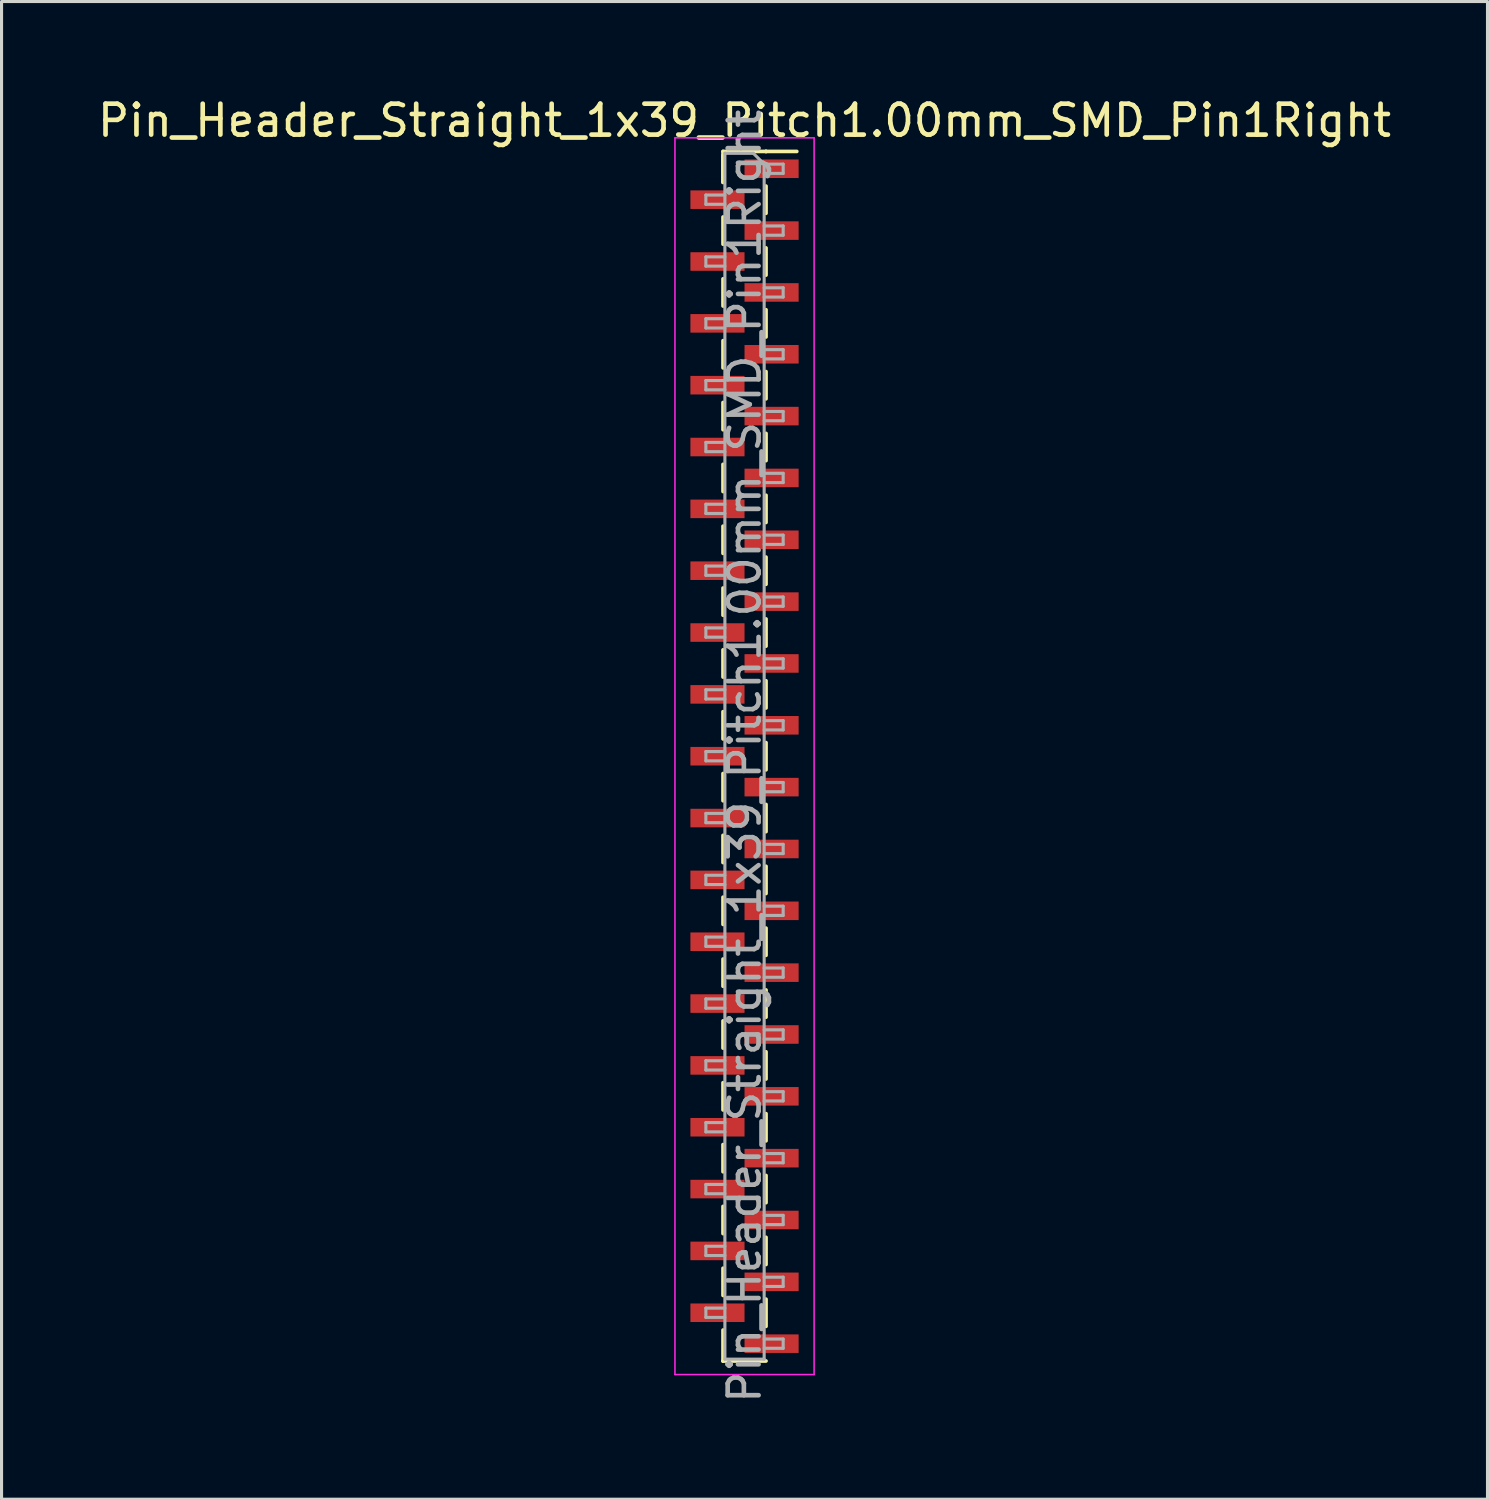
<source format=kicad_pcb>
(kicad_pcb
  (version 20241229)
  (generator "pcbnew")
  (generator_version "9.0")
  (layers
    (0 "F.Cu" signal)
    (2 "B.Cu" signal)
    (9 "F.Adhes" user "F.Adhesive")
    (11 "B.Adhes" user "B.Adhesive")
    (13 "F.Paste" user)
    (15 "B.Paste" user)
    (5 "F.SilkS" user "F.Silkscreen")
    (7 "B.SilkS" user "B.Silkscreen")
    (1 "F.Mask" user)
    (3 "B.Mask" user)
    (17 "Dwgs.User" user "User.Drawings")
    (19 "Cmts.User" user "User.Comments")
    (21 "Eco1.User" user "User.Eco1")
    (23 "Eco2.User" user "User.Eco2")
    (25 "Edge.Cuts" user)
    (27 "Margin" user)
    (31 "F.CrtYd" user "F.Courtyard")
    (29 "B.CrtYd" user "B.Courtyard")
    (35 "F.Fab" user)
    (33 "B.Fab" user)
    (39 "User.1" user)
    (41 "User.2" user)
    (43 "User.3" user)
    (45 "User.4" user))
  (footprint "Pin_Header_Straight_1x39_Pitch1.00mm_SMD_Pin1Right"
    (layer "F.Cu")
    (at 21.03 21.408)
    (property "Reference" "Pin_Header_Straight_1x39_Pitch1.00mm_SMD_Pin1Right" (at 0 -20.56 0) (layer "F.SilkS") (effects (font (size 1 1) (thickness 0.15))))
    (attr smd)
    (fp_line (start -0.695 -19.56) (end -0.695 -18.56) (stroke (width 0.12) (type solid)) (layer "F.SilkS"))
    (fp_line (start -0.695 -19.56) (end 0.695 -19.56) (stroke (width 0.12) (type solid)) (layer "F.SilkS"))
    (fp_line (start -0.695 -19.44) (end -0.695 -18.56) (stroke (width 0.12) (type solid)) (layer "F.SilkS"))
    (fp_line (start -0.695 -17.44) (end -0.695 -16.56) (stroke (width 0.12) (type solid)) (layer "F.SilkS"))
    (fp_line (start -0.695 -15.44) (end -0.695 -14.56) (stroke (width 0.12) (type solid)) (layer "F.SilkS"))
    (fp_line (start -0.695 -13.44) (end -0.695 -12.56) (stroke (width 0.12) (type solid)) (layer "F.SilkS"))
    (fp_line (start -0.695 -11.44) (end -0.695 -10.56) (stroke (width 0.12) (type solid)) (layer "F.SilkS"))
    (fp_line (start -0.695 -9.44) (end -0.695 -8.56) (stroke (width 0.12) (type solid)) (layer "F.SilkS"))
    (fp_line (start -0.695 -7.44) (end -0.695 -6.56) (stroke (width 0.12) (type solid)) (layer "F.SilkS"))
    (fp_line (start -0.695 -5.44) (end -0.695 -4.56) (stroke (width 0.12) (type solid)) (layer "F.SilkS"))
    (fp_line (start -0.695 -3.44) (end -0.695 -2.56) (stroke (width 0.12) (type solid)) (layer "F.SilkS"))
    (fp_line (start -0.695 -1.44) (end -0.695 -0.56) (stroke (width 0.12) (type solid)) (layer "F.SilkS"))
    (fp_line (start -0.695 0.56) (end -0.695 1.44) (stroke (width 0.12) (type solid)) (layer "F.SilkS"))
    (fp_line (start -0.695 2.56) (end -0.695 3.44) (stroke (width 0.12) (type solid)) (layer "F.SilkS"))
    (fp_line (start -0.695 4.56) (end -0.695 5.44) (stroke (width 0.12) (type solid)) (layer "F.SilkS"))
    (fp_line (start -0.695 6.56) (end -0.695 7.44) (stroke (width 0.12) (type solid)) (layer "F.SilkS"))
    (fp_line (start -0.695 8.56) (end -0.695 9.44) (stroke (width 0.12) (type solid)) (layer "F.SilkS"))
    (fp_line (start -0.695 10.56) (end -0.695 11.44) (stroke (width 0.12) (type solid)) (layer "F.SilkS"))
    (fp_line (start -0.695 12.56) (end -0.695 13.44) (stroke (width 0.12) (type solid)) (layer "F.SilkS"))
    (fp_line (start -0.695 14.56) (end -0.695 15.44) (stroke (width 0.12) (type solid)) (layer "F.SilkS"))
    (fp_line (start -0.695 16.56) (end -0.695 17.44) (stroke (width 0.12) (type solid)) (layer "F.SilkS"))
    (fp_line (start -0.695 18.56) (end -0.695 19.56) (stroke (width 0.12) (type solid)) (layer "F.SilkS"))
    (fp_line (start -0.695 19.56) (end -0.695 19.56) (stroke (width 0.12) (type solid)) (layer "F.SilkS"))
    (fp_line (start -0.695 19.56) (end 0.695 19.56) (stroke (width 0.12) (type solid)) (layer "F.SilkS"))
    (fp_line (start 0.695 -19.56) (end 0.695 -19.56) (stroke (width 0.12) (type solid)) (layer "F.SilkS"))
    (fp_line (start 0.695 -19.56) (end 1.69 -19.56) (stroke (width 0.12) (type solid)) (layer "F.SilkS"))
    (fp_line (start 0.695 -18.44) (end 0.695 -17.56) (stroke (width 0.12) (type solid)) (layer "F.SilkS"))
    (fp_line (start 0.695 -16.44) (end 0.695 -15.56) (stroke (width 0.12) (type solid)) (layer "F.SilkS"))
    (fp_line (start 0.695 -14.44) (end 0.695 -13.56) (stroke (width 0.12) (type solid)) (layer "F.SilkS"))
    (fp_line (start 0.695 -12.44) (end 0.695 -11.56) (stroke (width 0.12) (type solid)) (layer "F.SilkS"))
    (fp_line (start 0.695 -10.44) (end 0.695 -9.56) (stroke (width 0.12) (type solid)) (layer "F.SilkS"))
    (fp_line (start 0.695 -8.44) (end 0.695 -7.56) (stroke (width 0.12) (type solid)) (layer "F.SilkS"))
    (fp_line (start 0.695 -6.44) (end 0.695 -5.56) (stroke (width 0.12) (type solid)) (layer "F.SilkS"))
    (fp_line (start 0.695 -4.44) (end 0.695 -3.56) (stroke (width 0.12) (type solid)) (layer "F.SilkS"))
    (fp_line (start 0.695 -2.44) (end 0.695 -1.56) (stroke (width 0.12) (type solid)) (layer "F.SilkS"))
    (fp_line (start 0.695 -0.44) (end 0.695 0.44) (stroke (width 0.12) (type solid)) (layer "F.SilkS"))
    (fp_line (start 0.695 1.56) (end 0.695 2.44) (stroke (width 0.12) (type solid)) (layer "F.SilkS"))
    (fp_line (start 0.695 3.56) (end 0.695 4.44) (stroke (width 0.12) (type solid)) (layer "F.SilkS"))
    (fp_line (start 0.695 5.56) (end 0.695 6.44) (stroke (width 0.12) (type solid)) (layer "F.SilkS"))
    (fp_line (start 0.695 7.56) (end 0.695 8.44) (stroke (width 0.12) (type solid)) (layer "F.SilkS"))
    (fp_line (start 0.695 9.56) (end 0.695 10.44) (stroke (width 0.12) (type solid)) (layer "F.SilkS"))
    (fp_line (start 0.695 11.56) (end 0.695 12.44) (stroke (width 0.12) (type solid)) (layer "F.SilkS"))
    (fp_line (start 0.695 13.56) (end 0.695 14.44) (stroke (width 0.12) (type solid)) (layer "F.SilkS"))
    (fp_line (start 0.695 15.56) (end 0.695 16.44) (stroke (width 0.12) (type solid)) (layer "F.SilkS"))
    (fp_line (start 0.695 17.56) (end 0.695 18.44) (stroke (width 0.12) (type solid)) (layer "F.SilkS"))
    (fp_line (start -2.25 -20) (end -2.25 20) (stroke (width 0.05) (type solid)) (layer "F.CrtYd"))
    (fp_line (start -2.25 20) (end 2.25 20) (stroke (width 0.05) (type solid)) (layer "F.CrtYd"))
    (fp_line (start 2.25 -20) (end -2.25 -20) (stroke (width 0.05) (type solid)) (layer "F.CrtYd"))
    (fp_line (start 2.25 20) (end 2.25 -20) (stroke (width 0.05) (type solid)) (layer "F.CrtYd"))
    (fp_line (start -1.25 -18.15) (end -1.25 -17.85) (stroke (width 0.1) (type solid)) (layer "F.Fab"))
    (fp_line (start -1.25 -17.85) (end -0.635 -17.85) (stroke (width 0.1) (type solid)) (layer "F.Fab"))
    (fp_line (start -1.25 -16.15) (end -1.25 -15.85) (stroke (width 0.1) (type solid)) (layer "F.Fab"))
    (fp_line (start -1.25 -15.85) (end -0.635 -15.85) (stroke (width 0.1) (type solid)) (layer "F.Fab"))
    (fp_line (start -1.25 -14.15) (end -1.25 -13.85) (stroke (width 0.1) (type solid)) (layer "F.Fab"))
    (fp_line (start -1.25 -13.85) (end -0.635 -13.85) (stroke (width 0.1) (type solid)) (layer "F.Fab"))
    (fp_line (start -1.25 -12.15) (end -1.25 -11.85) (stroke (width 0.1) (type solid)) (layer "F.Fab"))
    (fp_line (start -1.25 -11.85) (end -0.635 -11.85) (stroke (width 0.1) (type solid)) (layer "F.Fab"))
    (fp_line (start -1.25 -10.15) (end -1.25 -9.85) (stroke (width 0.1) (type solid)) (layer "F.Fab"))
    (fp_line (start -1.25 -9.85) (end -0.635 -9.85) (stroke (width 0.1) (type solid)) (layer "F.Fab"))
    (fp_line (start -1.25 -8.15) (end -1.25 -7.85) (stroke (width 0.1) (type solid)) (layer "F.Fab"))
    (fp_line (start -1.25 -7.85) (end -0.635 -7.85) (stroke (width 0.1) (type solid)) (layer "F.Fab"))
    (fp_line (start -1.25 -6.15) (end -1.25 -5.85) (stroke (width 0.1) (type solid)) (layer "F.Fab"))
    (fp_line (start -1.25 -5.85) (end -0.635 -5.85) (stroke (width 0.1) (type solid)) (layer "F.Fab"))
    (fp_line (start -1.25 -4.15) (end -1.25 -3.85) (stroke (width 0.1) (type solid)) (layer "F.Fab"))
    (fp_line (start -1.25 -3.85) (end -0.635 -3.85) (stroke (width 0.1) (type solid)) (layer "F.Fab"))
    (fp_line (start -1.25 -2.15) (end -1.25 -1.85) (stroke (width 0.1) (type solid)) (layer "F.Fab"))
    (fp_line (start -1.25 -1.85) (end -0.635 -1.85) (stroke (width 0.1) (type solid)) (layer "F.Fab"))
    (fp_line (start -1.25 -0.15) (end -1.25 0.15) (stroke (width 0.1) (type solid)) (layer "F.Fab"))
    (fp_line (start -1.25 0.15) (end -0.635 0.15) (stroke (width 0.1) (type solid)) (layer "F.Fab"))
    (fp_line (start -1.25 1.85) (end -1.25 2.15) (stroke (width 0.1) (type solid)) (layer "F.Fab"))
    (fp_line (start -1.25 2.15) (end -0.635 2.15) (stroke (width 0.1) (type solid)) (layer "F.Fab"))
    (fp_line (start -1.25 3.85) (end -1.25 4.15) (stroke (width 0.1) (type solid)) (layer "F.Fab"))
    (fp_line (start -1.25 4.15) (end -0.635 4.15) (stroke (width 0.1) (type solid)) (layer "F.Fab"))
    (fp_line (start -1.25 5.85) (end -1.25 6.15) (stroke (width 0.1) (type solid)) (layer "F.Fab"))
    (fp_line (start -1.25 6.15) (end -0.635 6.15) (stroke (width 0.1) (type solid)) (layer "F.Fab"))
    (fp_line (start -1.25 7.85) (end -1.25 8.15) (stroke (width 0.1) (type solid)) (layer "F.Fab"))
    (fp_line (start -1.25 8.15) (end -0.635 8.15) (stroke (width 0.1) (type solid)) (layer "F.Fab"))
    (fp_line (start -1.25 9.85) (end -1.25 10.15) (stroke (width 0.1) (type solid)) (layer "F.Fab"))
    (fp_line (start -1.25 10.15) (end -0.635 10.15) (stroke (width 0.1) (type solid)) (layer "F.Fab"))
    (fp_line (start -1.25 11.85) (end -1.25 12.15) (stroke (width 0.1) (type solid)) (layer "F.Fab"))
    (fp_line (start -1.25 12.15) (end -0.635 12.15) (stroke (width 0.1) (type solid)) (layer "F.Fab"))
    (fp_line (start -1.25 13.85) (end -1.25 14.15) (stroke (width 0.1) (type solid)) (layer "F.Fab"))
    (fp_line (start -1.25 14.15) (end -0.635 14.15) (stroke (width 0.1) (type solid)) (layer "F.Fab"))
    (fp_line (start -1.25 15.85) (end -1.25 16.15) (stroke (width 0.1) (type solid)) (layer "F.Fab"))
    (fp_line (start -1.25 16.15) (end -0.635 16.15) (stroke (width 0.1) (type solid)) (layer "F.Fab"))
    (fp_line (start -1.25 17.85) (end -1.25 18.15) (stroke (width 0.1) (type solid)) (layer "F.Fab"))
    (fp_line (start -1.25 18.15) (end -0.635 18.15) (stroke (width 0.1) (type solid)) (layer "F.Fab"))
    (fp_line (start -0.635 -19.5) (end -0.635 19.5) (stroke (width 0.1) (type solid)) (layer "F.Fab"))
    (fp_line (start -0.635 -19.5) (end 0.285 -19.5) (stroke (width 0.1) (type solid)) (layer "F.Fab"))
    (fp_line (start -0.635 -18.15) (end -1.25 -18.15) (stroke (width 0.1) (type solid)) (layer "F.Fab"))
    (fp_line (start -0.635 -16.15) (end -1.25 -16.15) (stroke (width 0.1) (type solid)) (layer "F.Fab"))
    (fp_line (start -0.635 -14.15) (end -1.25 -14.15) (stroke (width 0.1) (type solid)) (layer "F.Fab"))
    (fp_line (start -0.635 -12.15) (end -1.25 -12.15) (stroke (width 0.1) (type solid)) (layer "F.Fab"))
    (fp_line (start -0.635 -10.15) (end -1.25 -10.15) (stroke (width 0.1) (type solid)) (layer "F.Fab"))
    (fp_line (start -0.635 -8.15) (end -1.25 -8.15) (stroke (width 0.1) (type solid)) (layer "F.Fab"))
    (fp_line (start -0.635 -6.15) (end -1.25 -6.15) (stroke (width 0.1) (type solid)) (layer "F.Fab"))
    (fp_line (start -0.635 -4.15) (end -1.25 -4.15) (stroke (width 0.1) (type solid)) (layer "F.Fab"))
    (fp_line (start -0.635 -2.15) (end -1.25 -2.15) (stroke (width 0.1) (type solid)) (layer "F.Fab"))
    (fp_line (start -0.635 -0.15) (end -1.25 -0.15) (stroke (width 0.1) (type solid)) (layer "F.Fab"))
    (fp_line (start -0.635 1.85) (end -1.25 1.85) (stroke (width 0.1) (type solid)) (layer "F.Fab"))
    (fp_line (start -0.635 3.85) (end -1.25 3.85) (stroke (width 0.1) (type solid)) (layer "F.Fab"))
    (fp_line (start -0.635 5.85) (end -1.25 5.85) (stroke (width 0.1) (type solid)) (layer "F.Fab"))
    (fp_line (start -0.635 7.85) (end -1.25 7.85) (stroke (width 0.1) (type solid)) (layer "F.Fab"))
    (fp_line (start -0.635 9.85) (end -1.25 9.85) (stroke (width 0.1) (type solid)) (layer "F.Fab"))
    (fp_line (start -0.635 11.85) (end -1.25 11.85) (stroke (width 0.1) (type solid)) (layer "F.Fab"))
    (fp_line (start -0.635 13.85) (end -1.25 13.85) (stroke (width 0.1) (type solid)) (layer "F.Fab"))
    (fp_line (start -0.635 15.85) (end -1.25 15.85) (stroke (width 0.1) (type solid)) (layer "F.Fab"))
    (fp_line (start -0.635 17.85) (end -1.25 17.85) (stroke (width 0.1) (type solid)) (layer "F.Fab"))
    (fp_line (start 0.635 -19.15) (end 0.285 -19.5) (stroke (width 0.1) (type solid)) (layer "F.Fab"))
    (fp_line (start 0.635 -19.15) (end 1.25 -19.15) (stroke (width 0.1) (type solid)) (layer "F.Fab"))
    (fp_line (start 0.635 -17.15) (end 1.25 -17.15) (stroke (width 0.1) (type solid)) (layer "F.Fab"))
    (fp_line (start 0.635 -15.15) (end 1.25 -15.15) (stroke (width 0.1) (type solid)) (layer "F.Fab"))
    (fp_line (start 0.635 -13.15) (end 1.25 -13.15) (stroke (width 0.1) (type solid)) (layer "F.Fab"))
    (fp_line (start 0.635 -11.15) (end 1.25 -11.15) (stroke (width 0.1) (type solid)) (layer "F.Fab"))
    (fp_line (start 0.635 -9.15) (end 1.25 -9.15) (stroke (width 0.1) (type solid)) (layer "F.Fab"))
    (fp_line (start 0.635 -7.15) (end 1.25 -7.15) (stroke (width 0.1) (type solid)) (layer "F.Fab"))
    (fp_line (start 0.635 -5.15) (end 1.25 -5.15) (stroke (width 0.1) (type solid)) (layer "F.Fab"))
    (fp_line (start 0.635 -3.15) (end 1.25 -3.15) (stroke (width 0.1) (type solid)) (layer "F.Fab"))
    (fp_line (start 0.635 -1.15) (end 1.25 -1.15) (stroke (width 0.1) (type solid)) (layer "F.Fab"))
    (fp_line (start 0.635 0.85) (end 1.25 0.85) (stroke (width 0.1) (type solid)) (layer "F.Fab"))
    (fp_line (start 0.635 2.85) (end 1.25 2.85) (stroke (width 0.1) (type solid)) (layer "F.Fab"))
    (fp_line (start 0.635 4.85) (end 1.25 4.85) (stroke (width 0.1) (type solid)) (layer "F.Fab"))
    (fp_line (start 0.635 6.85) (end 1.25 6.85) (stroke (width 0.1) (type solid)) (layer "F.Fab"))
    (fp_line (start 0.635 8.85) (end 1.25 8.85) (stroke (width 0.1) (type solid)) (layer "F.Fab"))
    (fp_line (start 0.635 10.85) (end 1.25 10.85) (stroke (width 0.1) (type solid)) (layer "F.Fab"))
    (fp_line (start 0.635 12.85) (end 1.25 12.85) (stroke (width 0.1) (type solid)) (layer "F.Fab"))
    (fp_line (start 0.635 14.85) (end 1.25 14.85) (stroke (width 0.1) (type solid)) (layer "F.Fab"))
    (fp_line (start 0.635 16.85) (end 1.25 16.85) (stroke (width 0.1) (type solid)) (layer "F.Fab"))
    (fp_line (start 0.635 18.85) (end 1.25 18.85) (stroke (width 0.1) (type solid)) (layer "F.Fab"))
    (fp_line (start 0.635 19.5) (end -0.635 19.5) (stroke (width 0.1) (type solid)) (layer "F.Fab"))
    (fp_line (start 0.635 19.5) (end 0.635 -19.15) (stroke (width 0.1) (type solid)) (layer "F.Fab"))
    (fp_line (start 1.25 -19.15) (end 1.25 -18.85) (stroke (width 0.1) (type solid)) (layer "F.Fab"))
    (fp_line (start 1.25 -18.85) (end 0.635 -18.85) (stroke (width 0.1) (type solid)) (layer "F.Fab"))
    (fp_line (start 1.25 -17.15) (end 1.25 -16.85) (stroke (width 0.1) (type solid)) (layer "F.Fab"))
    (fp_line (start 1.25 -16.85) (end 0.635 -16.85) (stroke (width 0.1) (type solid)) (layer "F.Fab"))
    (fp_line (start 1.25 -15.15) (end 1.25 -14.85) (stroke (width 0.1) (type solid)) (layer "F.Fab"))
    (fp_line (start 1.25 -14.85) (end 0.635 -14.85) (stroke (width 0.1) (type solid)) (layer "F.Fab"))
    (fp_line (start 1.25 -13.15) (end 1.25 -12.85) (stroke (width 0.1) (type solid)) (layer "F.Fab"))
    (fp_line (start 1.25 -12.85) (end 0.635 -12.85) (stroke (width 0.1) (type solid)) (layer "F.Fab"))
    (fp_line (start 1.25 -11.15) (end 1.25 -10.85) (stroke (width 0.1) (type solid)) (layer "F.Fab"))
    (fp_line (start 1.25 -10.85) (end 0.635 -10.85) (stroke (width 0.1) (type solid)) (layer "F.Fab"))
    (fp_line (start 1.25 -9.15) (end 1.25 -8.85) (stroke (width 0.1) (type solid)) (layer "F.Fab"))
    (fp_line (start 1.25 -8.85) (end 0.635 -8.85) (stroke (width 0.1) (type solid)) (layer "F.Fab"))
    (fp_line (start 1.25 -7.15) (end 1.25 -6.85) (stroke (width 0.1) (type solid)) (layer "F.Fab"))
    (fp_line (start 1.25 -6.85) (end 0.635 -6.85) (stroke (width 0.1) (type solid)) (layer "F.Fab"))
    (fp_line (start 1.25 -5.15) (end 1.25 -4.85) (stroke (width 0.1) (type solid)) (layer "F.Fab"))
    (fp_line (start 1.25 -4.85) (end 0.635 -4.85) (stroke (width 0.1) (type solid)) (layer "F.Fab"))
    (fp_line (start 1.25 -3.15) (end 1.25 -2.85) (stroke (width 0.1) (type solid)) (layer "F.Fab"))
    (fp_line (start 1.25 -2.85) (end 0.635 -2.85) (stroke (width 0.1) (type solid)) (layer "F.Fab"))
    (fp_line (start 1.25 -1.15) (end 1.25 -0.85) (stroke (width 0.1) (type solid)) (layer "F.Fab"))
    (fp_line (start 1.25 -0.85) (end 0.635 -0.85) (stroke (width 0.1) (type solid)) (layer "F.Fab"))
    (fp_line (start 1.25 0.85) (end 1.25 1.15) (stroke (width 0.1) (type solid)) (layer "F.Fab"))
    (fp_line (start 1.25 1.15) (end 0.635 1.15) (stroke (width 0.1) (type solid)) (layer "F.Fab"))
    (fp_line (start 1.25 2.85) (end 1.25 3.15) (stroke (width 0.1) (type solid)) (layer "F.Fab"))
    (fp_line (start 1.25 3.15) (end 0.635 3.15) (stroke (width 0.1) (type solid)) (layer "F.Fab"))
    (fp_line (start 1.25 4.85) (end 1.25 5.15) (stroke (width 0.1) (type solid)) (layer "F.Fab"))
    (fp_line (start 1.25 5.15) (end 0.635 5.15) (stroke (width 0.1) (type solid)) (layer "F.Fab"))
    (fp_line (start 1.25 6.85) (end 1.25 7.15) (stroke (width 0.1) (type solid)) (layer "F.Fab"))
    (fp_line (start 1.25 7.15) (end 0.635 7.15) (stroke (width 0.1) (type solid)) (layer "F.Fab"))
    (fp_line (start 1.25 8.85) (end 1.25 9.15) (stroke (width 0.1) (type solid)) (layer "F.Fab"))
    (fp_line (start 1.25 9.15) (end 0.635 9.15) (stroke (width 0.1) (type solid)) (layer "F.Fab"))
    (fp_line (start 1.25 10.85) (end 1.25 11.15) (stroke (width 0.1) (type solid)) (layer "F.Fab"))
    (fp_line (start 1.25 11.15) (end 0.635 11.15) (stroke (width 0.1) (type solid)) (layer "F.Fab"))
    (fp_line (start 1.25 12.85) (end 1.25 13.15) (stroke (width 0.1) (type solid)) (layer "F.Fab"))
    (fp_line (start 1.25 13.15) (end 0.635 13.15) (stroke (width 0.1) (type solid)) (layer "F.Fab"))
    (fp_line (start 1.25 14.85) (end 1.25 15.15) (stroke (width 0.1) (type solid)) (layer "F.Fab"))
    (fp_line (start 1.25 15.15) (end 0.635 15.15) (stroke (width 0.1) (type solid)) (layer "F.Fab"))
    (fp_line (start 1.25 16.85) (end 1.25 17.15) (stroke (width 0.1) (type solid)) (layer "F.Fab"))
    (fp_line (start 1.25 17.15) (end 0.635 17.15) (stroke (width 0.1) (type solid)) (layer "F.Fab"))
    (fp_line (start 1.25 18.85) (end 1.25 19.15) (stroke (width 0.1) (type solid)) (layer "F.Fab"))
    (fp_line (start 1.25 19.15) (end 0.635 19.15) (stroke (width 0.1) (type solid)) (layer "F.Fab"))
    (fp_text user "${REFERENCE}" (at 0 0 90) (layer "F.Fab") (effects (font (size 1 1) (thickness 0.15))))
    (pad "1" smd rect (at 0.875 -19) (size 1.75 0.6) (layers "F.Cu" "F.Mask" "F.Paste"))
    (pad "2" smd rect (at -0.875 -18) (size 1.75 0.6) (layers "F.Cu" "F.Mask" "F.Paste"))
    (pad "3" smd rect (at 0.875 -17) (size 1.75 0.6) (layers "F.Cu" "F.Mask" "F.Paste"))
    (pad "4" smd rect (at -0.875 -16) (size 1.75 0.6) (layers "F.Cu" "F.Mask" "F.Paste"))
    (pad "5" smd rect (at 0.875 -15) (size 1.75 0.6) (layers "F.Cu" "F.Mask" "F.Paste"))
    (pad "6" smd rect (at -0.875 -14) (size 1.75 0.6) (layers "F.Cu" "F.Mask" "F.Paste"))
    (pad "7" smd rect (at 0.875 -13) (size 1.75 0.6) (layers "F.Cu" "F.Mask" "F.Paste"))
    (pad "8" smd rect (at -0.875 -12) (size 1.75 0.6) (layers "F.Cu" "F.Mask" "F.Paste"))
    (pad "9" smd rect (at 0.875 -11) (size 1.75 0.6) (layers "F.Cu" "F.Mask" "F.Paste"))
    (pad "10" smd rect (at -0.875 -10) (size 1.75 0.6) (layers "F.Cu" "F.Mask" "F.Paste"))
    (pad "11" smd rect (at 0.875 -9) (size 1.75 0.6) (layers "F.Cu" "F.Mask" "F.Paste"))
    (pad "12" smd rect (at -0.875 -8) (size 1.75 0.6) (layers "F.Cu" "F.Mask" "F.Paste"))
    (pad "13" smd rect (at 0.875 -7) (size 1.75 0.6) (layers "F.Cu" "F.Mask" "F.Paste"))
    (pad "14" smd rect (at -0.875 -6) (size 1.75 0.6) (layers "F.Cu" "F.Mask" "F.Paste"))
    (pad "15" smd rect (at 0.875 -5) (size 1.75 0.6) (layers "F.Cu" "F.Mask" "F.Paste"))
    (pad "16" smd rect (at -0.875 -4) (size 1.75 0.6) (layers "F.Cu" "F.Mask" "F.Paste"))
    (pad "17" smd rect (at 0.875 -3) (size 1.75 0.6) (layers "F.Cu" "F.Mask" "F.Paste"))
    (pad "18" smd rect (at -0.875 -2) (size 1.75 0.6) (layers "F.Cu" "F.Mask" "F.Paste"))
    (pad "19" smd rect (at 0.875 -1) (size 1.75 0.6) (layers "F.Cu" "F.Mask" "F.Paste"))
    (pad "20" smd rect (at -0.875 0) (size 1.75 0.6) (layers "F.Cu" "F.Mask" "F.Paste"))
    (pad "21" smd rect (at 0.875 1) (size 1.75 0.6) (layers "F.Cu" "F.Mask" "F.Paste"))
    (pad "22" smd rect (at -0.875 2) (size 1.75 0.6) (layers "F.Cu" "F.Mask" "F.Paste"))
    (pad "23" smd rect (at 0.875 3) (size 1.75 0.6) (layers "F.Cu" "F.Mask" "F.Paste"))
    (pad "24" smd rect (at -0.875 4) (size 1.75 0.6) (layers "F.Cu" "F.Mask" "F.Paste"))
    (pad "25" smd rect (at 0.875 5) (size 1.75 0.6) (layers "F.Cu" "F.Mask" "F.Paste"))
    (pad "26" smd rect (at -0.875 6) (size 1.75 0.6) (layers "F.Cu" "F.Mask" "F.Paste"))
    (pad "27" smd rect (at 0.875 7) (size 1.75 0.6) (layers "F.Cu" "F.Mask" "F.Paste"))
    (pad "28" smd rect (at -0.875 8) (size 1.75 0.6) (layers "F.Cu" "F.Mask" "F.Paste"))
    (pad "29" smd rect (at 0.875 9) (size 1.75 0.6) (layers "F.Cu" "F.Mask" "F.Paste"))
    (pad "30" smd rect (at -0.875 10) (size 1.75 0.6) (layers "F.Cu" "F.Mask" "F.Paste"))
    (pad "31" smd rect (at 0.875 11) (size 1.75 0.6) (layers "F.Cu" "F.Mask" "F.Paste"))
    (pad "32" smd rect (at -0.875 12) (size 1.75 0.6) (layers "F.Cu" "F.Mask" "F.Paste"))
    (pad "33" smd rect (at 0.875 13) (size 1.75 0.6) (layers "F.Cu" "F.Mask" "F.Paste"))
    (pad "34" smd rect (at -0.875 14) (size 1.75 0.6) (layers "F.Cu" "F.Mask" "F.Paste"))
    (pad "35" smd rect (at 0.875 15) (size 1.75 0.6) (layers "F.Cu" "F.Mask" "F.Paste"))
    (pad "36" smd rect (at -0.875 16) (size 1.75 0.6) (layers "F.Cu" "F.Mask" "F.Paste"))
    (pad "37" smd rect (at 0.875 17) (size 1.75 0.6) (layers "F.Cu" "F.Mask" "F.Paste"))
    (pad "38" smd rect (at -0.875 18) (size 1.75 0.6) (layers "F.Cu" "F.Mask" "F.Paste"))
    (pad "39" smd rect (at 0.875 19) (size 1.75 0.6) (layers "F.Cu" "F.Mask" "F.Paste")))
  (gr_rect
    (start -3 -3)
    (end 45.06 45.438)
    (stroke (width 0.1) (type default))
    (fill no)
    (layer "Edge.Cuts")))
</source>
